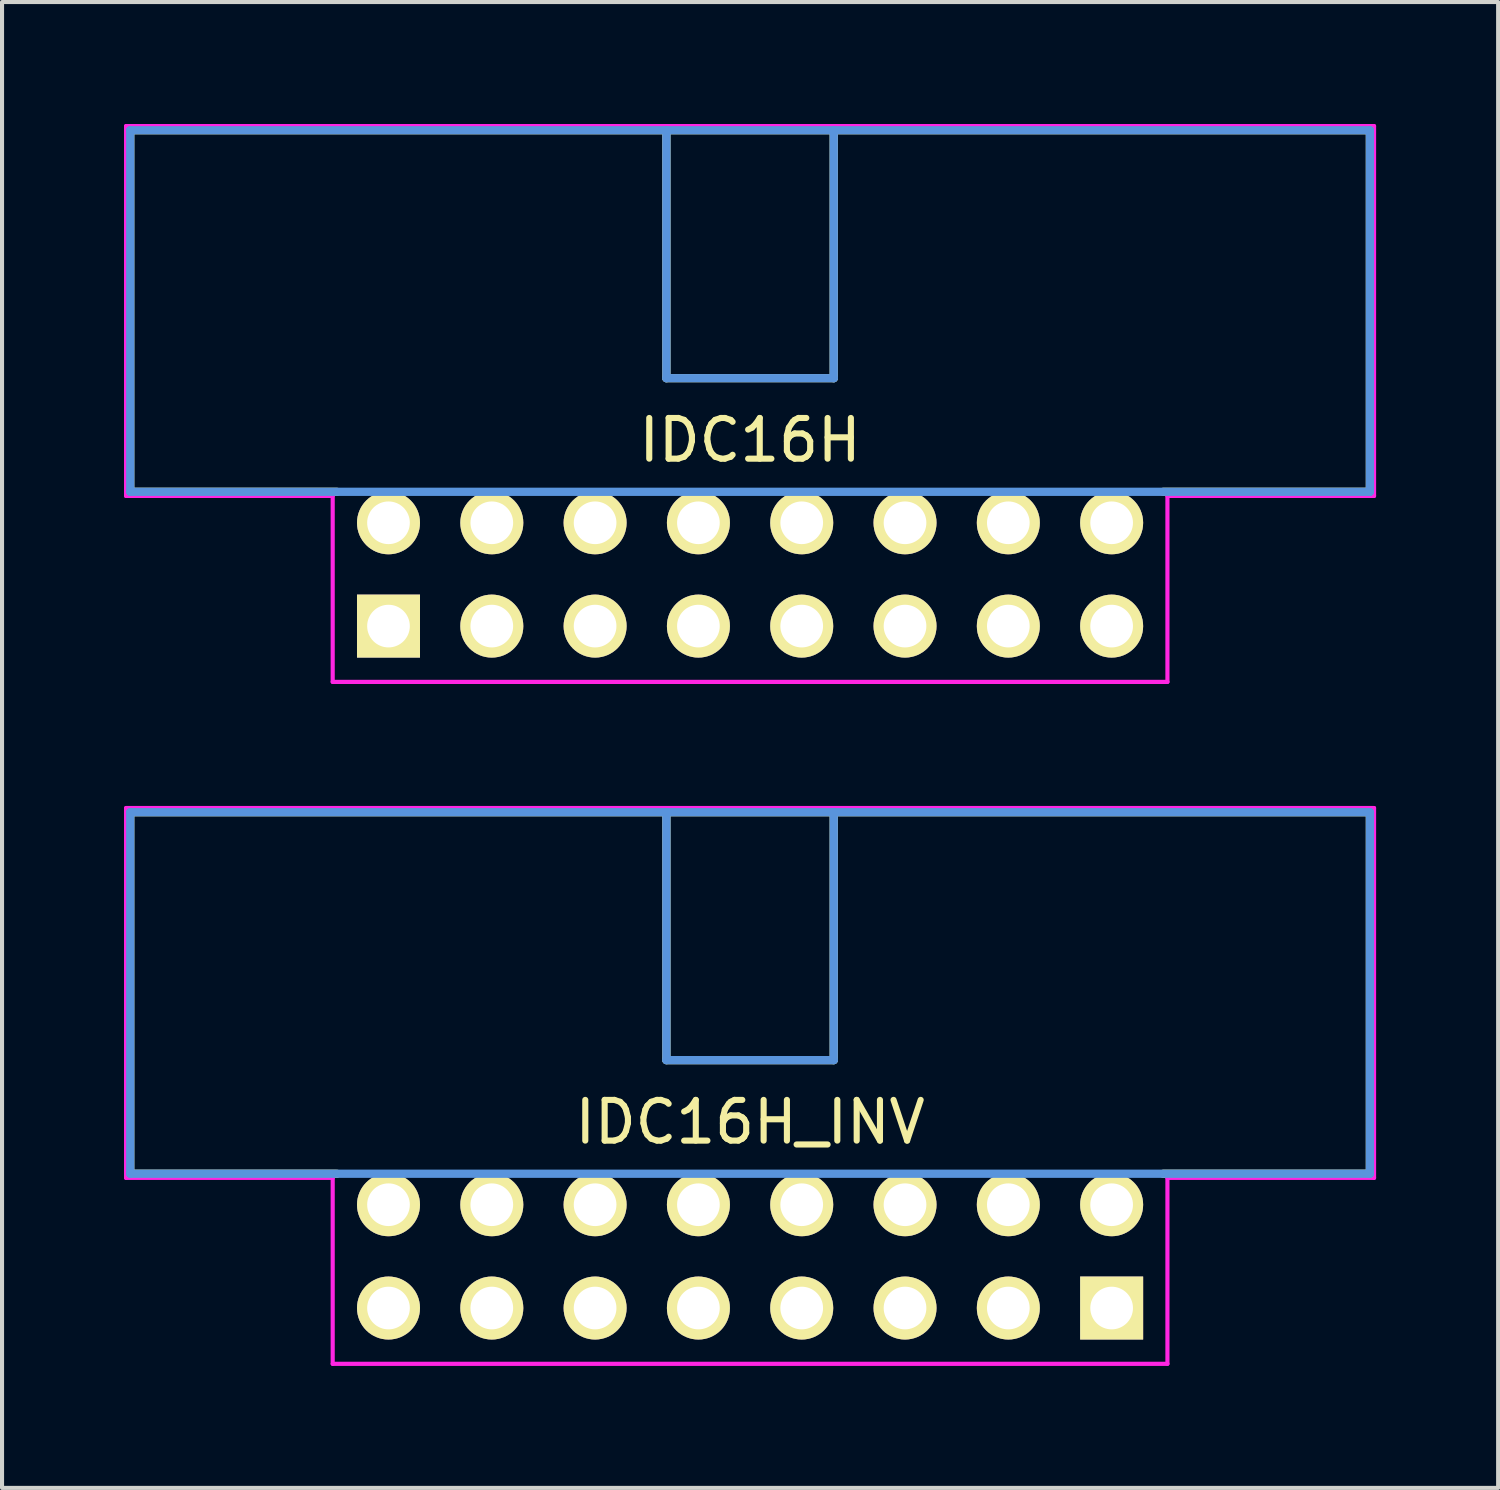
<source format=kicad_pcb>
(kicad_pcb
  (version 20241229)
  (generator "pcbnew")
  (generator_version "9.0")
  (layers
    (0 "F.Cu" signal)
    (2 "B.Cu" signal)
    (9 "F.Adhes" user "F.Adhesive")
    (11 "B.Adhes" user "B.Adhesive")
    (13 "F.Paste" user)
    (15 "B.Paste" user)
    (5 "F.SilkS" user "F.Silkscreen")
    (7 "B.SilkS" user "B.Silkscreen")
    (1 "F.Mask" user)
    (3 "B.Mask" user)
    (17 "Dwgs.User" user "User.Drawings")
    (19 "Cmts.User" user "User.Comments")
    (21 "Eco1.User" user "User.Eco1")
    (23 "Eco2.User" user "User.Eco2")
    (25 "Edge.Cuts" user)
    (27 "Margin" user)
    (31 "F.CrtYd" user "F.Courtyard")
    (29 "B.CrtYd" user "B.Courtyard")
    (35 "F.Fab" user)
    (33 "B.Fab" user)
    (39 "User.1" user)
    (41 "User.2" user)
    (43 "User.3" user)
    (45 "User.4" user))
  (footprint "IDC16H_INV"
    (layer "F.Cu")
    (at 6.502 29.111)
    (property "Reference" "IDC16H_INV" (at 8.89 -4.572 0) (layer "F.SilkS") (effects (font (size 1.001 1.001) (thickness 0.15))))
    (attr through_hole)
    (fp_line (start -6.35 -12.192) (end 24.13 -12.192) (stroke (width 0.203) (type solid)) (layer "F.SilkS"))
    (fp_line (start -6.35 -3.302) (end -6.35 -12.192) (stroke (width 0.203) (type solid)) (layer "F.SilkS"))
    (fp_line (start -6.35 -3.302) (end -1.27 -3.302) (stroke (width 0.203) (type solid)) (layer "F.SilkS"))
    (fp_line (start 6.833 -12.192) (end 6.833 -6.096) (stroke (width 0.203) (type solid)) (layer "F.SilkS"))
    (fp_line (start 6.833 -6.096) (end 10.947 -6.096) (stroke (width 0.203) (type solid)) (layer "F.SilkS"))
    (fp_line (start 10.947 -12.192) (end 10.947 -6.096) (stroke (width 0.203) (type solid)) (layer "F.SilkS"))
    (fp_line (start 24.13 -12.192) (end 24.13 -3.302) (stroke (width 0.203) (type solid)) (layer "F.SilkS"))
    (fp_line (start 24.13 -3.302) (end 19.05 -3.302) (stroke (width 0.203) (type solid)) (layer "F.SilkS"))
    (fp_line (start -6.35 -12.192) (end -6.35 -3.302) (stroke (width 0.203) (type solid)) (layer "Cmts.User"))
    (fp_line (start -6.35 -3.302) (end 24.13 -3.302) (stroke (width 0.203) (type solid)) (layer "Cmts.User"))
    (fp_line (start 6.833 -12.192) (end 6.833 -6.096) (stroke (width 0.203) (type solid)) (layer "Cmts.User"))
    (fp_line (start 6.833 -6.096) (end 10.947 -6.096) (stroke (width 0.203) (type solid)) (layer "Cmts.User"))
    (fp_line (start 10.947 -12.192) (end 10.947 -6.096) (stroke (width 0.203) (type solid)) (layer "Cmts.User"))
    (fp_line (start 24.13 -12.192) (end -6.35 -12.192) (stroke (width 0.203) (type solid)) (layer "Cmts.User"))
    (fp_line (start 24.13 -3.302) (end 24.13 -12.192) (stroke (width 0.203) (type solid)) (layer "Cmts.User"))
    (fp_line (start -6.452 -12.294) (end -6.452 -3.2) (stroke (width 0.102) (type solid)) (layer "F.CrtYd"))
    (fp_line (start -6.452 -3.2) (end -1.372 -3.2) (stroke (width 0.102) (type solid)) (layer "F.CrtYd"))
    (fp_line (start -1.372 -3.2) (end -1.372 1.372) (stroke (width 0.102) (type solid)) (layer "F.CrtYd"))
    (fp_line (start -1.372 1.372) (end 19.152 1.372) (stroke (width 0.102) (type solid)) (layer "F.CrtYd"))
    (fp_line (start 19.152 -3.2) (end 24.232 -3.2) (stroke (width 0.102) (type solid)) (layer "F.CrtYd"))
    (fp_line (start 19.152 1.372) (end 19.152 -3.2) (stroke (width 0.102) (type solid)) (layer "F.CrtYd"))
    (fp_line (start 24.232 -12.294) (end -6.452 -12.294) (stroke (width 0.102) (type solid)) (layer "F.CrtYd"))
    (fp_line (start 24.232 -3.2) (end 24.232 -12.294) (stroke (width 0.102) (type solid)) (layer "F.CrtYd"))
    (pad "1" thru_hole rect (at 17.78 0) (size 1.549 1.549) (drill 1.049) (layers "*.Cu" "*.Mask" "F.SilkS"))
    (pad "2" thru_hole circle (at 17.78 -2.54) (size 1.549 1.549) (drill 1.049) (layers "*.Cu" "*.Mask" "F.SilkS"))
    (pad "3" thru_hole circle (at 15.24 0) (size 1.549 1.549) (drill 1.049) (layers "*.Cu" "*.Mask" "F.SilkS"))
    (pad "4" thru_hole circle (at 15.24 -2.54) (size 1.549 1.549) (drill 1.049) (layers "*.Cu" "*.Mask" "F.SilkS"))
    (pad "5" thru_hole circle (at 12.7 0) (size 1.549 1.549) (drill 1.049) (layers "*.Cu" "*.Mask" "F.SilkS"))
    (pad "6" thru_hole circle (at 12.7 -2.54) (size 1.549 1.549) (drill 1.049) (layers "*.Cu" "*.Mask" "F.SilkS"))
    (pad "7" thru_hole circle (at 10.16 0) (size 1.549 1.549) (drill 1.049) (layers "*.Cu" "*.Mask" "F.SilkS"))
    (pad "8" thru_hole circle (at 10.16 -2.54) (size 1.549 1.549) (drill 1.049) (layers "*.Cu" "*.Mask" "F.SilkS"))
    (pad "9" thru_hole circle (at 7.62 0) (size 1.549 1.549) (drill 1.049) (layers "*.Cu" "*.Mask" "F.SilkS"))
    (pad "10" thru_hole circle (at 7.62 -2.54) (size 1.549 1.549) (drill 1.049) (layers "*.Cu" "*.Mask" "F.SilkS"))
    (pad "11" thru_hole circle (at 5.08 0) (size 1.549 1.549) (drill 1.049) (layers "*.Cu" "*.Mask" "F.SilkS"))
    (pad "12" thru_hole circle (at 5.08 -2.54) (size 1.549 1.549) (drill 1.049) (layers "*.Cu" "*.Mask" "F.SilkS"))
    (pad "13" thru_hole circle (at 2.54 0) (size 1.549 1.549) (drill 1.049) (layers "*.Cu" "*.Mask" "F.SilkS"))
    (pad "14" thru_hole circle (at 2.54 -2.54) (size 1.549 1.549) (drill 1.049) (layers "*.Cu" "*.Mask" "F.SilkS"))
    (pad "15" thru_hole circle (at 0 0) (size 1.549 1.549) (drill 1.049) (layers "*.Cu" "*.Mask" "F.SilkS"))
    (pad "16" thru_hole circle (at 0 -2.54) (size 1.549 1.549) (drill 1.049) (layers "*.Cu" "*.Mask" "F.SilkS")))
  (footprint "IDC16H"
    (layer "F.Cu")
    (at 6.502 12.344)
    (property "Reference" "IDC16H" (at 8.89 -4.572 0) (layer "F.SilkS") (effects (font (size 1.001 1.001) (thickness 0.15))))
    (attr through_hole)
    (fp_line (start -6.35 -12.192) (end 24.13 -12.192) (stroke (width 0.203) (type solid)) (layer "F.SilkS"))
    (fp_line (start -6.35 -3.302) (end -6.35 -12.192) (stroke (width 0.203) (type solid)) (layer "F.SilkS"))
    (fp_line (start -6.35 -3.302) (end -1.27 -3.302) (stroke (width 0.203) (type solid)) (layer "F.SilkS"))
    (fp_line (start 6.833 -12.192) (end 6.833 -6.096) (stroke (width 0.203) (type solid)) (layer "F.SilkS"))
    (fp_line (start 6.833 -6.096) (end 10.947 -6.096) (stroke (width 0.203) (type solid)) (layer "F.SilkS"))
    (fp_line (start 10.947 -12.192) (end 10.947 -6.096) (stroke (width 0.203) (type solid)) (layer "F.SilkS"))
    (fp_line (start 24.13 -12.192) (end 24.13 -3.302) (stroke (width 0.203) (type solid)) (layer "F.SilkS"))
    (fp_line (start 24.13 -3.302) (end 19.05 -3.302) (stroke (width 0.203) (type solid)) (layer "F.SilkS"))
    (fp_line (start -6.35 -12.192) (end -6.35 -3.302) (stroke (width 0.203) (type solid)) (layer "Cmts.User"))
    (fp_line (start -6.35 -3.302) (end 24.13 -3.302) (stroke (width 0.203) (type solid)) (layer "Cmts.User"))
    (fp_line (start 6.833 -12.192) (end 6.833 -6.096) (stroke (width 0.203) (type solid)) (layer "Cmts.User"))
    (fp_line (start 6.833 -6.096) (end 10.947 -6.096) (stroke (width 0.203) (type solid)) (layer "Cmts.User"))
    (fp_line (start 10.947 -12.192) (end 10.947 -6.096) (stroke (width 0.203) (type solid)) (layer "Cmts.User"))
    (fp_line (start 24.13 -12.192) (end -6.35 -12.192) (stroke (width 0.203) (type solid)) (layer "Cmts.User"))
    (fp_line (start 24.13 -3.302) (end 24.13 -12.192) (stroke (width 0.203) (type solid)) (layer "Cmts.User"))
    (fp_line (start -6.452 -12.294) (end -6.452 -3.2) (stroke (width 0.102) (type solid)) (layer "F.CrtYd"))
    (fp_line (start -6.452 -3.2) (end -1.372 -3.2) (stroke (width 0.102) (type solid)) (layer "F.CrtYd"))
    (fp_line (start -1.372 -3.2) (end -1.372 1.372) (stroke (width 0.102) (type solid)) (layer "F.CrtYd"))
    (fp_line (start -1.372 1.372) (end 19.152 1.372) (stroke (width 0.102) (type solid)) (layer "F.CrtYd"))
    (fp_line (start 19.152 -3.2) (end 24.232 -3.2) (stroke (width 0.102) (type solid)) (layer "F.CrtYd"))
    (fp_line (start 19.152 1.372) (end 19.152 -3.2) (stroke (width 0.102) (type solid)) (layer "F.CrtYd"))
    (fp_line (start 24.232 -12.294) (end -6.452 -12.294) (stroke (width 0.102) (type solid)) (layer "F.CrtYd"))
    (fp_line (start 24.232 -3.2) (end 24.232 -12.294) (stroke (width 0.102) (type solid)) (layer "F.CrtYd"))
    (pad "1" thru_hole rect (at 0 0) (size 1.549 1.549) (drill 1.049) (layers "*.Cu" "*.Mask" "F.SilkS"))
    (pad "2" thru_hole circle (at 0 -2.54) (size 1.549 1.549) (drill 1.049) (layers "*.Cu" "*.Mask" "F.SilkS"))
    (pad "3" thru_hole circle (at 2.54 0) (size 1.549 1.549) (drill 1.049) (layers "*.Cu" "*.Mask" "F.SilkS"))
    (pad "4" thru_hole circle (at 2.54 -2.54) (size 1.549 1.549) (drill 1.049) (layers "*.Cu" "*.Mask" "F.SilkS"))
    (pad "5" thru_hole circle (at 5.08 0) (size 1.549 1.549) (drill 1.049) (layers "*.Cu" "*.Mask" "F.SilkS"))
    (pad "6" thru_hole circle (at 5.08 -2.54) (size 1.549 1.549) (drill 1.049) (layers "*.Cu" "*.Mask" "F.SilkS"))
    (pad "7" thru_hole circle (at 7.62 0) (size 1.549 1.549) (drill 1.049) (layers "*.Cu" "*.Mask" "F.SilkS"))
    (pad "8" thru_hole circle (at 7.62 -2.54) (size 1.549 1.549) (drill 1.049) (layers "*.Cu" "*.Mask" "F.SilkS"))
    (pad "9" thru_hole circle (at 10.16 0) (size 1.549 1.549) (drill 1.049) (layers "*.Cu" "*.Mask" "F.SilkS"))
    (pad "10" thru_hole circle (at 10.16 -2.54) (size 1.549 1.549) (drill 1.049) (layers "*.Cu" "*.Mask" "F.SilkS"))
    (pad "11" thru_hole circle (at 12.7 0) (size 1.549 1.549) (drill 1.049) (layers "*.Cu" "*.Mask" "F.SilkS"))
    (pad "12" thru_hole circle (at 12.7 -2.54) (size 1.549 1.549) (drill 1.049) (layers "*.Cu" "*.Mask" "F.SilkS"))
    (pad "13" thru_hole circle (at 15.24 0) (size 1.549 1.549) (drill 1.049) (layers "*.Cu" "*.Mask" "F.SilkS"))
    (pad "14" thru_hole circle (at 15.24 -2.54) (size 1.549 1.549) (drill 1.049) (layers "*.Cu" "*.Mask" "F.SilkS"))
    (pad "15" thru_hole circle (at 17.78 0) (size 1.549 1.549) (drill 1.049) (layers "*.Cu" "*.Mask" "F.SilkS"))
    (pad "16" thru_hole circle (at 17.78 -2.54) (size 1.549 1.549) (drill 1.049) (layers "*.Cu" "*.Mask" "F.SilkS")))
  (gr_rect
    (start -3 -3)
    (end 33.785 33.534)
    (stroke (width 0.1) (type default))
    (fill no)
    (layer "Edge.Cuts")))
</source>
